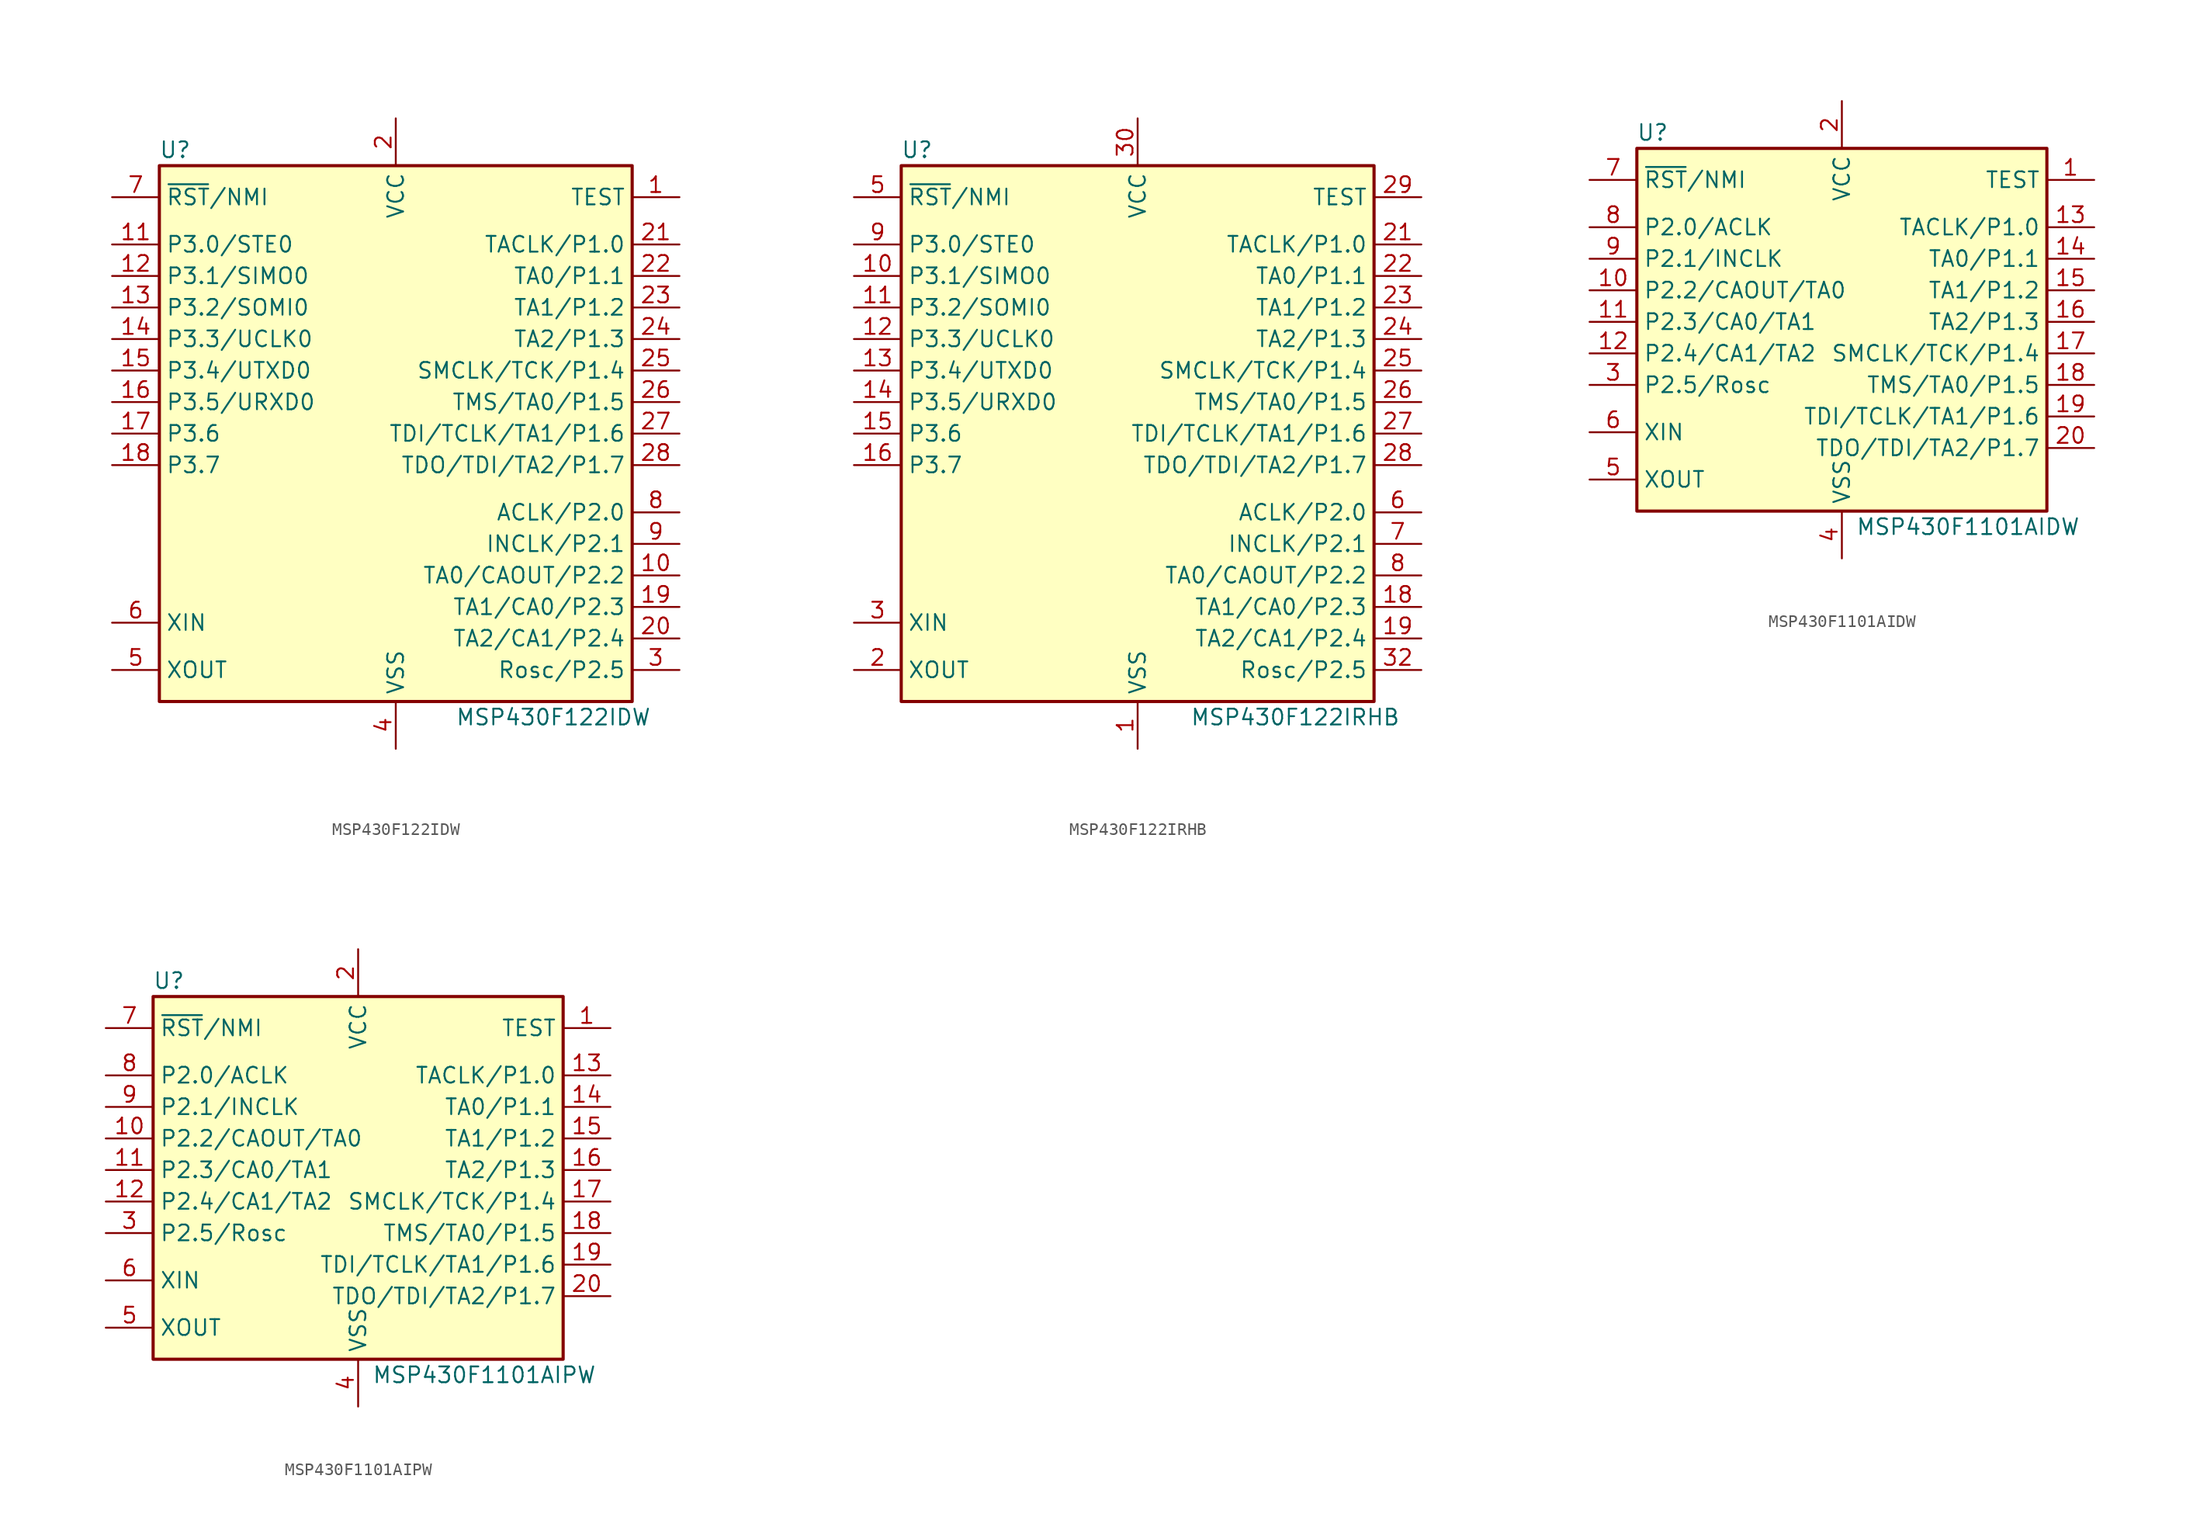
<source format=kicad_sym>
(kicad_symbol_lib
  (version 20220914)
  (generator kicad_symbol_editor)
  (symbol "MSP430F122IDW"
    (property "Reference" "U"
      (at -17.78 22.86 0)
      (effects (font (size 1.27 1.27))))
    (property "Value" "MSP430F122IDW"
      (at 12.7 -22.86 0)
      (effects (font (size 1.27 1.27))))
    (symbol "MSP430F122IDW_0_1"
      (rectangle (start -19.05 21.59) (end 19.05 -21.59) (stroke (width 0.254) (type default)) (fill (type background))))
    (symbol "MSP430F122IDW_1_1"
      (pin input line (at 22.86 19.05 180) (length 3.81) (name "TEST" (effects (font (size 1.27 1.27)))) (number "1" (effects (font (size 1.27 1.27)))))
      (pin bidirectional line (at 22.86 -11.43 180) (length 3.81) (name "TA0/CAOUT/P2.2" (effects (font (size 1.27 1.27)))) (number "10" (effects (font (size 1.27 1.27)))))
      (pin bidirectional line (at -22.86 15.24 0) (length 3.81) (name "P3.0/STE0" (effects (font (size 1.27 1.27)))) (number "11" (effects (font (size 1.27 1.27)))))
      (pin bidirectional line (at -22.86 12.7 0) (length 3.81) (name "P3.1/SIMO0" (effects (font (size 1.27 1.27)))) (number "12" (effects (font (size 1.27 1.27)))))
      (pin bidirectional line (at -22.86 10.16 0) (length 3.81) (name "P3.2/SOMI0" (effects (font (size 1.27 1.27)))) (number "13" (effects (font (size 1.27 1.27)))))
      (pin bidirectional line (at -22.86 7.62 0) (length 3.81) (name "P3.3/UCLK0" (effects (font (size 1.27 1.27)))) (number "14" (effects (font (size 1.27 1.27)))))
      (pin bidirectional line (at -22.86 5.08 0) (length 3.81) (name "P3.4/UTXD0" (effects (font (size 1.27 1.27)))) (number "15" (effects (font (size 1.27 1.27)))))
      (pin bidirectional line (at -22.86 2.54 0) (length 3.81) (name "P3.5/URXD0" (effects (font (size 1.27 1.27)))) (number "16" (effects (font (size 1.27 1.27)))))
      (pin bidirectional line (at -22.86 0 0) (length 3.81) (name "P3.6" (effects (font (size 1.27 1.27)))) (number "17" (effects (font (size 1.27 1.27)))))
      (pin bidirectional line (at -22.86 -2.54 0) (length 3.81) (name "P3.7" (effects (font (size 1.27 1.27)))) (number "18" (effects (font (size 1.27 1.27)))))
      (pin bidirectional line (at 22.86 -13.97 180) (length 3.81) (name "TA1/CA0/P2.3" (effects (font (size 1.27 1.27)))) (number "19" (effects (font (size 1.27 1.27)))))
      (pin power_in line (at 0 25.4 270) (length 3.81) (name "VCC" (effects (font (size 1.27 1.27)))) (number "2" (effects (font (size 1.27 1.27)))))
      (pin bidirectional line (at 22.86 -16.51 180) (length 3.81) (name "TA2/CA1/P2.4" (effects (font (size 1.27 1.27)))) (number "20" (effects (font (size 1.27 1.27)))))
      (pin bidirectional line (at 22.86 15.24 180) (length 3.81) (name "TACLK/P1.0" (effects (font (size 1.27 1.27)))) (number "21" (effects (font (size 1.27 1.27)))))
      (pin bidirectional line (at 22.86 12.7 180) (length 3.81) (name "TA0/P1.1" (effects (font (size 1.27 1.27)))) (number "22" (effects (font (size 1.27 1.27)))))
      (pin bidirectional line (at 22.86 10.16 180) (length 3.81) (name "TA1/P1.2" (effects (font (size 1.27 1.27)))) (number "23" (effects (font (size 1.27 1.27)))))
      (pin bidirectional line (at 22.86 7.62 180) (length 3.81) (name "TA2/P1.3" (effects (font (size 1.27 1.27)))) (number "24" (effects (font (size 1.27 1.27)))))
      (pin bidirectional line (at 22.86 5.08 180) (length 3.81) (name "SMCLK/TCK/P1.4" (effects (font (size 1.27 1.27)))) (number "25" (effects (font (size 1.27 1.27)))))
      (pin bidirectional line (at 22.86 2.54 180) (length 3.81) (name "TMS/TA0/P1.5" (effects (font (size 1.27 1.27)))) (number "26" (effects (font (size 1.27 1.27)))))
      (pin bidirectional line (at 22.86 0 180) (length 3.81) (name "TDI/TCLK/TA1/P1.6" (effects (font (size 1.27 1.27)))) (number "27" (effects (font (size 1.27 1.27)))))
      (pin bidirectional line (at 22.86 -2.54 180) (length 3.81) (name "TDO/TDI/TA2/P1.7" (effects (font (size 1.27 1.27)))) (number "28" (effects (font (size 1.27 1.27)))))
      (pin bidirectional line (at 22.86 -19.05 180) (length 3.81) (name "Rosc/P2.5" (effects (font (size 1.27 1.27)))) (number "3" (effects (font (size 1.27 1.27)))))
      (pin power_in line (at 0 -25.4 90) (length 3.81) (name "VSS" (effects (font (size 1.27 1.27)))) (number "4" (effects (font (size 1.27 1.27)))))
      (pin output line (at -22.86 -19.05 0) (length 3.81) (name "XOUT" (effects (font (size 1.27 1.27)))) (number "5" (effects (font (size 1.27 1.27)))))
      (pin input line (at -22.86 -15.24 0) (length 3.81) (name "XIN" (effects (font (size 1.27 1.27)))) (number "6" (effects (font (size 1.27 1.27)))))
      (pin input line (at -22.86 19.05 0) (length 3.81) (name "~{RST}/NMI" (effects (font (size 1.27 1.27)))) (number "7" (effects (font (size 1.27 1.27)))))
      (pin bidirectional line (at 22.86 -6.35 180) (length 3.81) (name "ACLK/P2.0" (effects (font (size 1.27 1.27)))) (number "8" (effects (font (size 1.27 1.27)))))
      (pin bidirectional line (at 22.86 -8.89 180) (length 3.81) (name "INCLK/P2.1" (effects (font (size 1.27 1.27)))) (number "9" (effects (font (size 1.27 1.27)))))))
  (symbol "MSP430F122IRHB"
    (property "Reference" "U"
      (at -17.78 22.86 0)
      (effects (font (size 1.27 1.27))))
    (property "Value" "MSP430F122IRHB"
      (at 12.7 -22.86 0)
      (effects (font (size 1.27 1.27))))
    (symbol "MSP430F122IRHB_0_1"
      (rectangle (start -19.05 21.59) (end 19.05 -21.59) (stroke (width 0.254) (type default)) (fill (type background))))
    (symbol "MSP430F122IRHB_1_1"
      (pin power_in line (at 0 -25.4 90) (length 3.81) (name "VSS" (effects (font (size 1.27 1.27)))) (number "1" (effects (font (size 1.27 1.27)))))
      (pin bidirectional line (at -22.86 12.7 0) (length 3.81) (name "P3.1/SIMO0" (effects (font (size 1.27 1.27)))) (number "10" (effects (font (size 1.27 1.27)))))
      (pin bidirectional line (at -22.86 10.16 0) (length 3.81) (name "P3.2/SOMI0" (effects (font (size 1.27 1.27)))) (number "11" (effects (font (size 1.27 1.27)))))
      (pin bidirectional line (at -22.86 7.62 0) (length 3.81) (name "P3.3/UCLK0" (effects (font (size 1.27 1.27)))) (number "12" (effects (font (size 1.27 1.27)))))
      (pin bidirectional line (at -22.86 5.08 0) (length 3.81) (name "P3.4/UTXD0" (effects (font (size 1.27 1.27)))) (number "13" (effects (font (size 1.27 1.27)))))
      (pin bidirectional line (at -22.86 2.54 0) (length 3.81) (name "P3.5/URXD0" (effects (font (size 1.27 1.27)))) (number "14" (effects (font (size 1.27 1.27)))))
      (pin bidirectional line (at -22.86 0 0) (length 3.81) (name "P3.6" (effects (font (size 1.27 1.27)))) (number "15" (effects (font (size 1.27 1.27)))))
      (pin bidirectional line (at -22.86 -2.54 0) (length 3.81) (name "P3.7" (effects (font (size 1.27 1.27)))) (number "16" (effects (font (size 1.27 1.27)))))
      (pin bidirectional line (at 22.86 -13.97 180) (length 3.81) (name "TA1/CA0/P2.3" (effects (font (size 1.27 1.27)))) (number "18" (effects (font (size 1.27 1.27)))))
      (pin bidirectional line (at 22.86 -16.51 180) (length 3.81) (name "TA2/CA1/P2.4" (effects (font (size 1.27 1.27)))) (number "19" (effects (font (size 1.27 1.27)))))
      (pin output line (at -22.86 -19.05 0) (length 3.81) (name "XOUT" (effects (font (size 1.27 1.27)))) (number "2" (effects (font (size 1.27 1.27)))))
      (pin bidirectional line (at 22.86 15.24 180) (length 3.81) (name "TACLK/P1.0" (effects (font (size 1.27 1.27)))) (number "21" (effects (font (size 1.27 1.27)))))
      (pin bidirectional line (at 22.86 12.7 180) (length 3.81) (name "TA0/P1.1" (effects (font (size 1.27 1.27)))) (number "22" (effects (font (size 1.27 1.27)))))
      (pin bidirectional line (at 22.86 10.16 180) (length 3.81) (name "TA1/P1.2" (effects (font (size 1.27 1.27)))) (number "23" (effects (font (size 1.27 1.27)))))
      (pin bidirectional line (at 22.86 7.62 180) (length 3.81) (name "TA2/P1.3" (effects (font (size 1.27 1.27)))) (number "24" (effects (font (size 1.27 1.27)))))
      (pin bidirectional line (at 22.86 5.08 180) (length 3.81) (name "SMCLK/TCK/P1.4" (effects (font (size 1.27 1.27)))) (number "25" (effects (font (size 1.27 1.27)))))
      (pin bidirectional line (at 22.86 2.54 180) (length 3.81) (name "TMS/TA0/P1.5" (effects (font (size 1.27 1.27)))) (number "26" (effects (font (size 1.27 1.27)))))
      (pin bidirectional line (at 22.86 0 180) (length 3.81) (name "TDI/TCLK/TA1/P1.6" (effects (font (size 1.27 1.27)))) (number "27" (effects (font (size 1.27 1.27)))))
      (pin bidirectional line (at 22.86 -2.54 180) (length 3.81) (name "TDO/TDI/TA2/P1.7" (effects (font (size 1.27 1.27)))) (number "28" (effects (font (size 1.27 1.27)))))
      (pin input line (at 22.86 19.05 180) (length 3.81) (name "TEST" (effects (font (size 1.27 1.27)))) (number "29" (effects (font (size 1.27 1.27)))))
      (pin input line (at -22.86 -15.24 0) (length 3.81) (name "XIN" (effects (font (size 1.27 1.27)))) (number "3" (effects (font (size 1.27 1.27)))))
      (pin power_in line (at 0 25.4 270) (length 3.81) (name "VCC" (effects (font (size 1.27 1.27)))) (number "30" (effects (font (size 1.27 1.27)))))
      (pin bidirectional line (at 22.86 -19.05 180) (length 3.81) (name "Rosc/P2.5" (effects (font (size 1.27 1.27)))) (number "32" (effects (font (size 1.27 1.27)))))
      (pin input line (at -22.86 19.05 0) (length 3.81) (name "~{RST}/NMI" (effects (font (size 1.27 1.27)))) (number "5" (effects (font (size 1.27 1.27)))))
      (pin bidirectional line (at 22.86 -6.35 180) (length 3.81) (name "ACLK/P2.0" (effects (font (size 1.27 1.27)))) (number "6" (effects (font (size 1.27 1.27)))))
      (pin bidirectional line (at 22.86 -8.89 180) (length 3.81) (name "INCLK/P2.1" (effects (font (size 1.27 1.27)))) (number "7" (effects (font (size 1.27 1.27)))))
      (pin bidirectional line (at 22.86 -11.43 180) (length 3.81) (name "TA0/CAOUT/P2.2" (effects (font (size 1.27 1.27)))) (number "8" (effects (font (size 1.27 1.27)))))
      (pin bidirectional line (at -22.86 15.24 0) (length 3.81) (name "P3.0/STE0" (effects (font (size 1.27 1.27)))) (number "9" (effects (font (size 1.27 1.27)))))))
  (symbol "MSP430F1101AIDW"
    (property "Reference" "U"
      (at -15.24 15.24 0)
      (effects (font (size 1.27 1.27))))
    (property "Value" "MSP430F1101AIDW"
      (at 10.16 -16.51 0)
      (effects (font (size 1.27 1.27))))
    (symbol "MSP430F1101AIDW_0_1"
      (rectangle (start -16.51 13.97) (end 16.51 -15.24) (stroke (width 0.254) (type default)) (fill (type background))))
    (symbol "MSP430F1101AIDW_1_1"
      (pin input line (at 20.32 11.43 180) (length 3.81) (name "TEST" (effects (font (size 1.27 1.27)))) (number "1" (effects (font (size 1.27 1.27)))))
      (pin bidirectional line (at -20.32 2.54 0) (length 3.81) (name "P2.2/CAOUT/TA0" (effects (font (size 1.27 1.27)))) (number "10" (effects (font (size 1.27 1.27)))))
      (pin bidirectional line (at -20.32 0 0) (length 3.81) (name "P2.3/CA0/TA1" (effects (font (size 1.27 1.27)))) (number "11" (effects (font (size 1.27 1.27)))))
      (pin bidirectional line (at -20.32 -2.54 0) (length 3.81) (name "P2.4/CA1/TA2" (effects (font (size 1.27 1.27)))) (number "12" (effects (font (size 1.27 1.27)))))
      (pin bidirectional line (at 20.32 7.62 180) (length 3.81) (name "TACLK/P1.0" (effects (font (size 1.27 1.27)))) (number "13" (effects (font (size 1.27 1.27)))))
      (pin bidirectional line (at 20.32 5.08 180) (length 3.81) (name "TA0/P1.1" (effects (font (size 1.27 1.27)))) (number "14" (effects (font (size 1.27 1.27)))))
      (pin bidirectional line (at 20.32 2.54 180) (length 3.81) (name "TA1/P1.2" (effects (font (size 1.27 1.27)))) (number "15" (effects (font (size 1.27 1.27)))))
      (pin bidirectional line (at 20.32 0 180) (length 3.81) (name "TA2/P1.3" (effects (font (size 1.27 1.27)))) (number "16" (effects (font (size 1.27 1.27)))))
      (pin bidirectional line (at 20.32 -2.54 180) (length 3.81) (name "SMCLK/TCK/P1.4" (effects (font (size 1.27 1.27)))) (number "17" (effects (font (size 1.27 1.27)))))
      (pin bidirectional line (at 20.32 -5.08 180) (length 3.81) (name "TMS/TA0/P1.5" (effects (font (size 1.27 1.27)))) (number "18" (effects (font (size 1.27 1.27)))))
      (pin bidirectional line (at 20.32 -7.62 180) (length 3.81) (name "TDI/TCLK/TA1/P1.6" (effects (font (size 1.27 1.27)))) (number "19" (effects (font (size 1.27 1.27)))))
      (pin power_in line (at 0 17.78 270) (length 3.81) (name "VCC" (effects (font (size 1.27 1.27)))) (number "2" (effects (font (size 1.27 1.27)))))
      (pin bidirectional line (at 20.32 -10.16 180) (length 3.81) (name "TDO/TDI/TA2/P1.7" (effects (font (size 1.27 1.27)))) (number "20" (effects (font (size 1.27 1.27)))))
      (pin bidirectional line (at -20.32 -5.08 0) (length 3.81) (name "P2.5/Rosc" (effects (font (size 1.27 1.27)))) (number "3" (effects (font (size 1.27 1.27)))))
      (pin power_in line (at 0 -19.05 90) (length 3.81) (name "VSS" (effects (font (size 1.27 1.27)))) (number "4" (effects (font (size 1.27 1.27)))))
      (pin output line (at -20.32 -12.7 0) (length 3.81) (name "XOUT" (effects (font (size 1.27 1.27)))) (number "5" (effects (font (size 1.27 1.27)))))
      (pin input line (at -20.32 -8.89 0) (length 3.81) (name "XIN" (effects (font (size 1.27 1.27)))) (number "6" (effects (font (size 1.27 1.27)))))
      (pin input line (at -20.32 11.43 0) (length 3.81) (name "~{RST}/NMI" (effects (font (size 1.27 1.27)))) (number "7" (effects (font (size 1.27 1.27)))))
      (pin bidirectional line (at -20.32 7.62 0) (length 3.81) (name "P2.0/ACLK" (effects (font (size 1.27 1.27)))) (number "8" (effects (font (size 1.27 1.27)))))
      (pin bidirectional line (at -20.32 5.08 0) (length 3.81) (name "P2.1/INCLK" (effects (font (size 1.27 1.27)))) (number "9" (effects (font (size 1.27 1.27)))))))
  (symbol "MSP430F1101AIPW"
    (property "Reference" "U"
      (at -15.24 15.24 0)
      (effects (font (size 1.27 1.27))))
    (property "Value" "MSP430F1101AIPW"
      (at 10.16 -16.51 0)
      (effects (font (size 1.27 1.27))))
    (symbol "MSP430F1101AIPW_0_1"
      (rectangle (start -16.51 13.97) (end 16.51 -15.24) (stroke (width 0.254) (type default)) (fill (type background))))
    (symbol "MSP430F1101AIPW_1_1"
      (pin input line (at 20.32 11.43 180) (length 3.81) (name "TEST" (effects (font (size 1.27 1.27)))) (number "1" (effects (font (size 1.27 1.27)))))
      (pin bidirectional line (at -20.32 2.54 0) (length 3.81) (name "P2.2/CAOUT/TA0" (effects (font (size 1.27 1.27)))) (number "10" (effects (font (size 1.27 1.27)))))
      (pin bidirectional line (at -20.32 0 0) (length 3.81) (name "P2.3/CA0/TA1" (effects (font (size 1.27 1.27)))) (number "11" (effects (font (size 1.27 1.27)))))
      (pin bidirectional line (at -20.32 -2.54 0) (length 3.81) (name "P2.4/CA1/TA2" (effects (font (size 1.27 1.27)))) (number "12" (effects (font (size 1.27 1.27)))))
      (pin bidirectional line (at 20.32 7.62 180) (length 3.81) (name "TACLK/P1.0" (effects (font (size 1.27 1.27)))) (number "13" (effects (font (size 1.27 1.27)))))
      (pin bidirectional line (at 20.32 5.08 180) (length 3.81) (name "TA0/P1.1" (effects (font (size 1.27 1.27)))) (number "14" (effects (font (size 1.27 1.27)))))
      (pin bidirectional line (at 20.32 2.54 180) (length 3.81) (name "TA1/P1.2" (effects (font (size 1.27 1.27)))) (number "15" (effects (font (size 1.27 1.27)))))
      (pin bidirectional line (at 20.32 0 180) (length 3.81) (name "TA2/P1.3" (effects (font (size 1.27 1.27)))) (number "16" (effects (font (size 1.27 1.27)))))
      (pin bidirectional line (at 20.32 -2.54 180) (length 3.81) (name "SMCLK/TCK/P1.4" (effects (font (size 1.27 1.27)))) (number "17" (effects (font (size 1.27 1.27)))))
      (pin bidirectional line (at 20.32 -5.08 180) (length 3.81) (name "TMS/TA0/P1.5" (effects (font (size 1.27 1.27)))) (number "18" (effects (font (size 1.27 1.27)))))
      (pin bidirectional line (at 20.32 -7.62 180) (length 3.81) (name "TDI/TCLK/TA1/P1.6" (effects (font (size 1.27 1.27)))) (number "19" (effects (font (size 1.27 1.27)))))
      (pin power_in line (at 0 17.78 270) (length 3.81) (name "VCC" (effects (font (size 1.27 1.27)))) (number "2" (effects (font (size 1.27 1.27)))))
      (pin bidirectional line (at 20.32 -10.16 180) (length 3.81) (name "TDO/TDI/TA2/P1.7" (effects (font (size 1.27 1.27)))) (number "20" (effects (font (size 1.27 1.27)))))
      (pin bidirectional line (at -20.32 -5.08 0) (length 3.81) (name "P2.5/Rosc" (effects (font (size 1.27 1.27)))) (number "3" (effects (font (size 1.27 1.27)))))
      (pin power_in line (at 0 -19.05 90) (length 3.81) (name "VSS" (effects (font (size 1.27 1.27)))) (number "4" (effects (font (size 1.27 1.27)))))
      (pin output line (at -20.32 -12.7 0) (length 3.81) (name "XOUT" (effects (font (size 1.27 1.27)))) (number "5" (effects (font (size 1.27 1.27)))))
      (pin input line (at -20.32 -8.89 0) (length 3.81) (name "XIN" (effects (font (size 1.27 1.27)))) (number "6" (effects (font (size 1.27 1.27)))))
      (pin input line (at -20.32 11.43 0) (length 3.81) (name "~{RST}/NMI" (effects (font (size 1.27 1.27)))) (number "7" (effects (font (size 1.27 1.27)))))
      (pin bidirectional line (at -20.32 7.62 0) (length 3.81) (name "P2.0/ACLK" (effects (font (size 1.27 1.27)))) (number "8" (effects (font (size 1.27 1.27)))))
      (pin bidirectional line (at -20.32 5.08 0) (length 3.81) (name "P2.1/INCLK" (effects (font (size 1.27 1.27)))) (number "9" (effects (font (size 1.27 1.27))))))))
</source>
